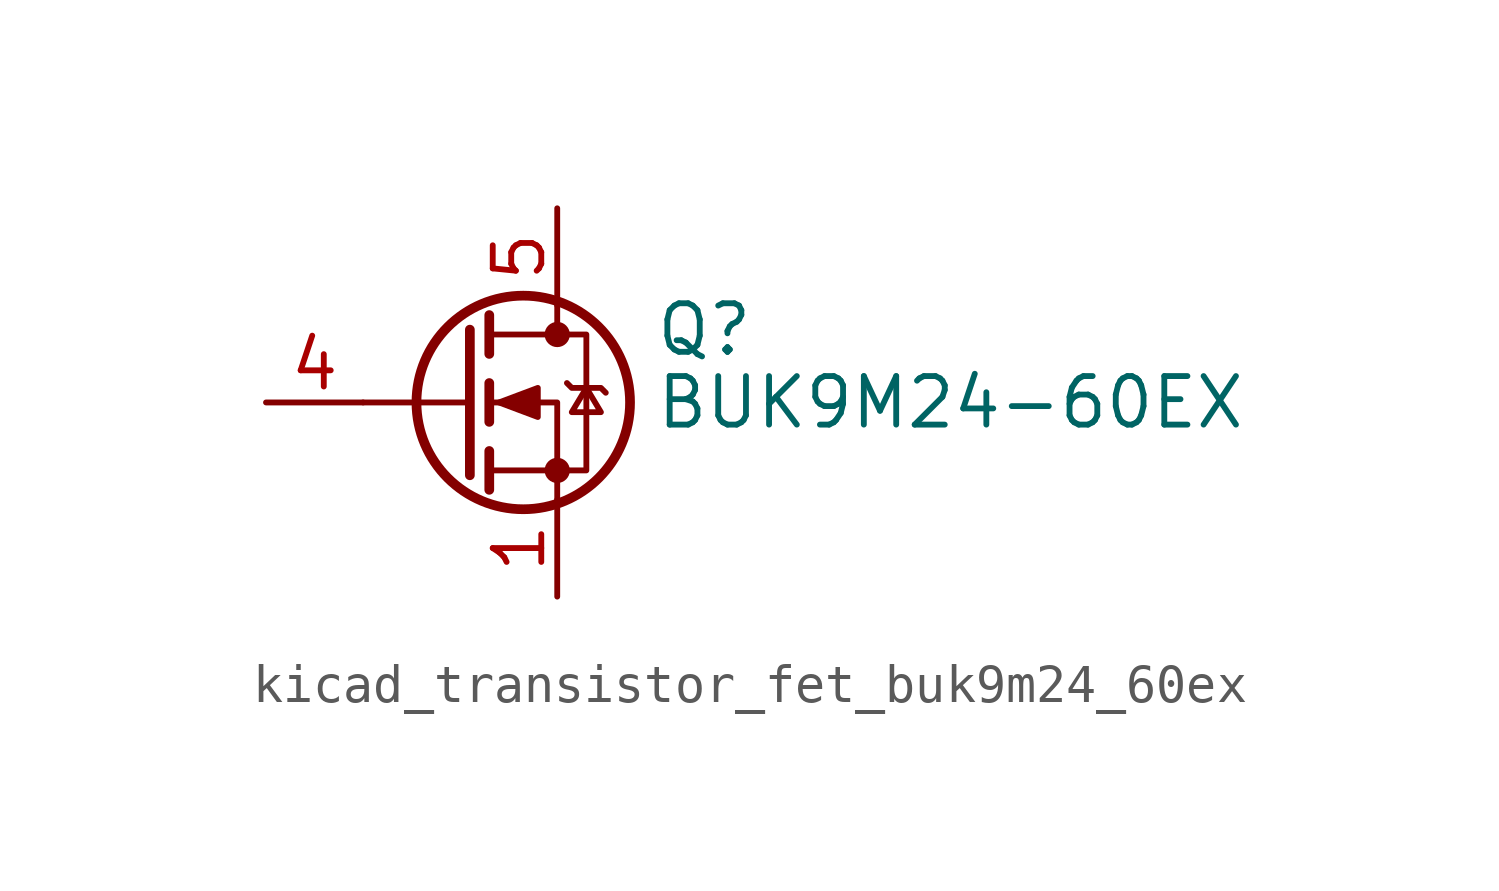
<source format=kicad_sym>
(kicad_symbol_lib
  (version 20220914)
  (generator kicad_symbol_editor)
  (symbol "kicad_transistor_fet_buk9m24_60ex"
    (pin_names hide)
    (property "Reference" "Q"
      (at 5.08 1.905 0)
      (effects (font (size 1.27 1.27)) (justify left)))
    (property "Value" "BUK9M24-60EX"
      (at 5.08 0 0)
      (effects (font (size 1.27 1.27)) (justify left)))
    (symbol "kicad_transistor_fet_buk9m24_60ex_0_1"
      (polyline (pts (xy 0.254 0) (xy -2.54 0)) (stroke (width 0) (type default)) (fill (type none)))
      (polyline (pts (xy 0.254 1.905) (xy 0.254 -1.905)) (stroke (width 0.254) (type default)) (fill (type none)))
      (polyline (pts (xy 0.762 -1.27) (xy 0.762 -2.286)) (stroke (width 0.254) (type default)) (fill (type none)))
      (polyline (pts (xy 0.762 0.508) (xy 0.762 -0.508)) (stroke (width 0.254) (type default)) (fill (type none)))
      (polyline (pts (xy 0.762 2.286) (xy 0.762 1.27)) (stroke (width 0.254) (type default)) (fill (type none)))
      (polyline (pts (xy 2.54 2.54) (xy 2.54 1.778)) (stroke (width 0) (type default)) (fill (type none)))
      (polyline (pts (xy 2.54 -2.54) (xy 2.54 0) (xy 0.762 0)) (stroke (width 0) (type default)) (fill (type none)))
      (polyline (pts (xy 0.762 -1.778) (xy 3.302 -1.778) (xy 3.302 1.778) (xy 0.762 1.778)) (stroke (width 0) (type default)) (fill (type none)))
      (polyline (pts (xy 1.016 0) (xy 2.032 0.381) (xy 2.032 -0.381) (xy 1.016 0)) (stroke (width 0) (type default)) (fill (type outline)))
      (polyline (pts (xy 2.794 0.508) (xy 2.921 0.381) (xy 3.683 0.381) (xy 3.81 0.254)) (stroke (width 0) (type default)) (fill (type none)))
      (polyline (pts (xy 3.302 0.381) (xy 2.921 -0.254) (xy 3.683 -0.254) (xy 3.302 0.381)) (stroke (width 0) (type default)) (fill (type none)))
      (circle (center 1.651 0) (radius 2.794) (stroke (width 0.254) (type default)) (fill (type none)))
      (circle (center 2.54 -1.778) (radius 0.254) (stroke (width 0) (type default)) (fill (type outline)))
      (circle (center 2.54 1.778) (radius 0.254) (stroke (width 0) (type default)) (fill (type outline))))
    (symbol "kicad_transistor_fet_buk9m24_60ex_1_1"
      (pin passive line (at 2.54 -5.08 90) (length 2.54) (name "S" (effects (font (size 1.27 1.27)))) (number "1" (effects (font (size 1.27 1.27)))))
      (pin passive line (at 2.54 -5.08 90) (length 2.54) hide (name "S" (effects (font (size 1.27 1.27)))) (number "2" (effects (font (size 1.27 1.27)))))
      (pin passive line (at 2.54 -5.08 90) (length 2.54) hide (name "S" (effects (font (size 1.27 1.27)))) (number "3" (effects (font (size 1.27 1.27)))))
      (pin passive line (at -5.08 0 0) (length 2.54) (name "G" (effects (font (size 1.27 1.27)))) (number "4" (effects (font (size 1.27 1.27)))))
      (pin passive line (at 2.54 5.08 270) (length 2.54) (name "D" (effects (font (size 1.27 1.27)))) (number "5" (effects (font (size 1.27 1.27))))))))
</source>
